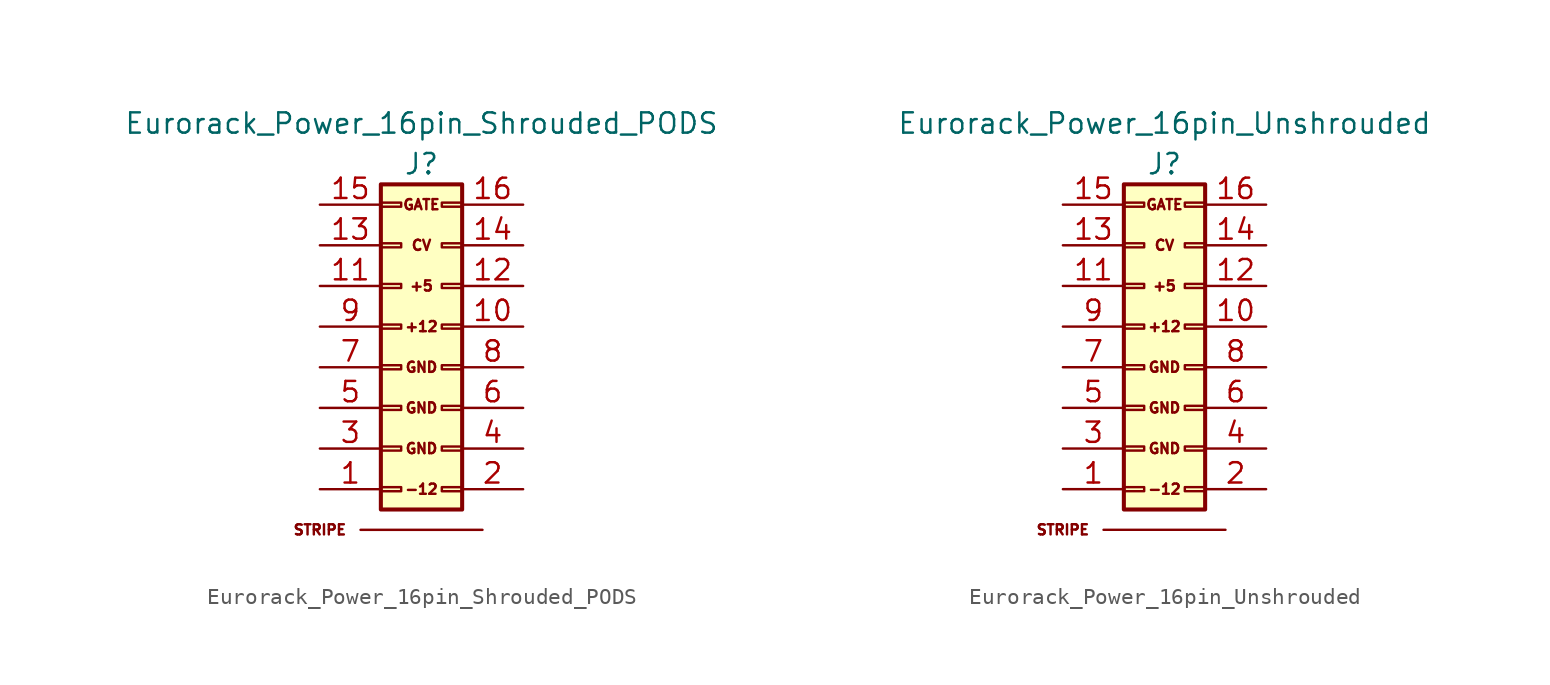
<source format=kicad_sym>
(kicad_symbol_lib
  (version 20241209)
  (generator "kicad_symbol_editor")
  (generator_version "9.0")
  (symbol "Eurorack_Power_16pin_Shrouded_PODS"
    (pin_names
      (offset 0.025)
      (hide yes))
    (property "Reference" "J"
      (at 0 11.43 0)
      (effects (font (size 1.27 1.27))))
    (property "Value" "Eurorack_Power_16pin_Shrouded_PODS"
      (at 0 13.97 0)
      (effects (font (size 1.27 1.27))))
    (symbol "Eurorack_Power_16pin_Shrouded_PODS_0_0"
      (text "STRIPE" (at -6.35 -11.43 0) (effects (font (size 0.635 0.635))))
      (text "GATE" (at 0 8.89 0) (effects (font (size 0.635 0.635))))
      (text "CV" (at 0 6.35 0) (effects (font (size 0.635 0.635))))
      (text "+5" (at 0 3.81 0) (effects (font (size 0.635 0.635))))
      (text "+12" (at 0 1.27 0) (effects (font (size 0.635 0.635))))
      (text "GND" (at 0 -1.27 0) (effects (font (size 0.635 0.635))))
      (text "GND" (at 0 -3.81 0) (effects (font (size 0.635 0.635))))
      (text "GND" (at 0 -6.35 0) (effects (font (size 0.635 0.635))))
      (text "-12" (at 0 -8.89 0) (effects (font (size 0.635 0.635)))))
    (symbol "Eurorack_Power_16pin_Shrouded_PODS_0_1"
      (polyline (pts (xy -3.81 -11.43) (xy 3.81 -11.43) (xy 1.27 -11.43)) (stroke (width 0) (type default)) (fill (type none)))
      (rectangle (start -2.54 10.16) (end 2.54 -10.16) (stroke (width 0.254) (type default)) (fill (type background)))
      (rectangle (start -2.54 9.017) (end -1.27 8.763) (stroke (width 0) (type default)) (fill (type none)))
      (rectangle (start -2.54 6.477) (end -1.27 6.223) (stroke (width 0) (type default)) (fill (type none)))
      (rectangle (start -2.54 3.937) (end -1.27 3.683) (stroke (width 0) (type default)) (fill (type none)))
      (rectangle (start -2.54 1.397) (end -1.27 1.143) (stroke (width 0) (type default)) (fill (type none)))
      (rectangle (start -2.54 -1.143) (end -1.27 -1.397) (stroke (width 0) (type default)) (fill (type none)))
      (rectangle (start -2.54 -3.683) (end -1.27 -3.937) (stroke (width 0) (type default)) (fill (type none)))
      (rectangle (start -2.54 -6.223) (end -1.27 -6.477) (stroke (width 0) (type default)) (fill (type none)))
      (rectangle (start -2.54 -8.763) (end -1.27 -9.017) (stroke (width 0) (type default)) (fill (type none)))
      (rectangle (start 1.27 9.017) (end 2.54 8.763) (stroke (width 0) (type default)) (fill (type none)))
      (rectangle (start 1.27 6.477) (end 2.54 6.223) (stroke (width 0) (type default)) (fill (type none)))
      (rectangle (start 1.27 3.937) (end 2.54 3.683) (stroke (width 0) (type default)) (fill (type none)))
      (rectangle (start 1.27 1.397) (end 2.54 1.143) (stroke (width 0) (type default)) (fill (type none)))
      (rectangle (start 1.27 -1.143) (end 2.54 -1.397) (stroke (width 0) (type default)) (fill (type none)))
      (rectangle (start 1.27 -3.683) (end 2.54 -3.937) (stroke (width 0) (type default)) (fill (type none)))
      (rectangle (start 1.27 -6.223) (end 2.54 -6.477) (stroke (width 0) (type default)) (fill (type none)))
      (rectangle (start 1.27 -8.763) (end 2.54 -9.017) (stroke (width 0) (type default)) (fill (type none))))
    (symbol "Eurorack_Power_16pin_Shrouded_PODS_1_1"
      (pin passive line (at -6.35 8.89 0) (length 3.81) (name "GATE" (effects (font (size 1.27 1.27)))) (number "15" (effects (font (size 1.27 1.27)))))
      (pin passive line (at -6.35 6.35 0) (length 3.81) (name "CV" (effects (font (size 1.27 1.27)))) (number "13" (effects (font (size 1.27 1.27)))))
      (pin passive line (at -6.35 3.81 0) (length 3.81) (name "5V" (effects (font (size 1.27 1.27)))) (number "11" (effects (font (size 1.27 1.27)))))
      (pin passive line (at -6.35 1.27 0) (length 3.81) (name "+12V" (effects (font (size 1.27 1.27)))) (number "9" (effects (font (size 1.27 1.27)))))
      (pin passive line (at -6.35 -1.27 0) (length 3.81) (name "GND" (effects (font (size 1.27 1.27)))) (number "7" (effects (font (size 1.27 1.27)))))
      (pin passive line (at -6.35 -3.81 0) (length 3.81) (name "GND" (effects (font (size 1.27 1.27)))) (number "5" (effects (font (size 1.27 1.27)))))
      (pin passive line (at -6.35 -6.35 0) (length 3.81) (name "GND" (effects (font (size 1.27 1.27)))) (number "3" (effects (font (size 1.27 1.27)))))
      (pin passive line (at -6.35 -8.89 0) (length 3.81) (name "-12V" (effects (font (size 1.27 1.27)))) (number "1" (effects (font (size 1.27 1.27)))))
      (pin passive line (at 6.35 8.89 180) (length 3.81) (name "GATE" (effects (font (size 1.27 1.27)))) (number "16" (effects (font (size 1.27 1.27)))))
      (pin passive line (at 6.35 6.35 180) (length 3.81) (name "CV" (effects (font (size 1.27 1.27)))) (number "14" (effects (font (size 1.27 1.27)))))
      (pin passive line (at 6.35 3.81 180) (length 3.81) (name "5V" (effects (font (size 1.27 1.27)))) (number "12" (effects (font (size 1.27 1.27)))))
      (pin passive line (at 6.35 1.27 180) (length 3.81) (name "+12V" (effects (font (size 1.27 1.27)))) (number "10" (effects (font (size 1.27 1.27)))))
      (pin passive line (at 6.35 -1.27 180) (length 3.81) (name "GND" (effects (font (size 1.27 1.27)))) (number "8" (effects (font (size 1.27 1.27)))))
      (pin passive line (at 6.35 -3.81 180) (length 3.81) (name "GND" (effects (font (size 1.27 1.27)))) (number "6" (effects (font (size 1.27 1.27)))))
      (pin passive line (at 6.35 -6.35 180) (length 3.81) (name "GND" (effects (font (size 1.27 1.27)))) (number "4" (effects (font (size 1.27 1.27)))))
      (pin passive line (at 6.35 -8.89 180) (length 3.81) (name "-12V" (effects (font (size 1.27 1.27)))) (number "2" (effects (font (size 1.27 1.27)))))))
  (symbol "Eurorack_Power_16pin_Unshrouded"
    (pin_names
      (offset 0.025)
      (hide yes))
    (property "Reference" "J"
      (at 0 11.43 0)
      (effects (font (size 1.27 1.27))))
    (property "Value" "Eurorack_Power_16pin_Unshrouded"
      (at 0 13.97 0)
      (effects (font (size 1.27 1.27))))
    (symbol "Eurorack_Power_16pin_Unshrouded_0_0"
      (text "STRIPE" (at -6.35 -11.43 0) (effects (font (size 0.635 0.635))))
      (text "GATE" (at 0 8.89 0) (effects (font (size 0.635 0.635))))
      (text "CV" (at 0 6.35 0) (effects (font (size 0.635 0.635))))
      (text "+5" (at 0 3.81 0) (effects (font (size 0.635 0.635))))
      (text "+12" (at 0 1.27 0) (effects (font (size 0.635 0.635))))
      (text "GND" (at 0 -1.27 0) (effects (font (size 0.635 0.635))))
      (text "GND" (at 0 -3.81 0) (effects (font (size 0.635 0.635))))
      (text "GND" (at 0 -6.35 0) (effects (font (size 0.635 0.635))))
      (text "-12" (at 0 -8.89 0) (effects (font (size 0.635 0.635)))))
    (symbol "Eurorack_Power_16pin_Unshrouded_0_1"
      (polyline (pts (xy -3.81 -11.43) (xy 3.81 -11.43) (xy 1.27 -11.43)) (stroke (width 0) (type default)) (fill (type none)))
      (rectangle (start -2.54 10.16) (end 2.54 -10.16) (stroke (width 0.254) (type default)) (fill (type background)))
      (rectangle (start -2.54 9.017) (end -1.27 8.763) (stroke (width 0) (type default)) (fill (type none)))
      (rectangle (start -2.54 6.477) (end -1.27 6.223) (stroke (width 0) (type default)) (fill (type none)))
      (rectangle (start -2.54 3.937) (end -1.27 3.683) (stroke (width 0) (type default)) (fill (type none)))
      (rectangle (start -2.54 1.397) (end -1.27 1.143) (stroke (width 0) (type default)) (fill (type none)))
      (rectangle (start -2.54 -1.143) (end -1.27 -1.397) (stroke (width 0) (type default)) (fill (type none)))
      (rectangle (start -2.54 -3.683) (end -1.27 -3.937) (stroke (width 0) (type default)) (fill (type none)))
      (rectangle (start -2.54 -6.223) (end -1.27 -6.477) (stroke (width 0) (type default)) (fill (type none)))
      (rectangle (start -2.54 -8.763) (end -1.27 -9.017) (stroke (width 0) (type default)) (fill (type none)))
      (rectangle (start 1.27 9.017) (end 2.54 8.763) (stroke (width 0) (type default)) (fill (type none)))
      (rectangle (start 1.27 6.477) (end 2.54 6.223) (stroke (width 0) (type default)) (fill (type none)))
      (rectangle (start 1.27 3.937) (end 2.54 3.683) (stroke (width 0) (type default)) (fill (type none)))
      (rectangle (start 1.27 1.397) (end 2.54 1.143) (stroke (width 0) (type default)) (fill (type none)))
      (rectangle (start 1.27 -1.143) (end 2.54 -1.397) (stroke (width 0) (type default)) (fill (type none)))
      (rectangle (start 1.27 -3.683) (end 2.54 -3.937) (stroke (width 0) (type default)) (fill (type none)))
      (rectangle (start 1.27 -6.223) (end 2.54 -6.477) (stroke (width 0) (type default)) (fill (type none)))
      (rectangle (start 1.27 -8.763) (end 2.54 -9.017) (stroke (width 0) (type default)) (fill (type none))))
    (symbol "Eurorack_Power_16pin_Unshrouded_1_1"
      (pin passive line (at -6.35 8.89 0) (length 3.81) (name "GATE" (effects (font (size 1.27 1.27)))) (number "15" (effects (font (size 1.27 1.27)))))
      (pin passive line (at -6.35 6.35 0) (length 3.81) (name "CV" (effects (font (size 1.27 1.27)))) (number "13" (effects (font (size 1.27 1.27)))))
      (pin passive line (at -6.35 3.81 0) (length 3.81) (name "5V" (effects (font (size 1.27 1.27)))) (number "11" (effects (font (size 1.27 1.27)))))
      (pin passive line (at -6.35 1.27 0) (length 3.81) (name "+12V" (effects (font (size 1.27 1.27)))) (number "9" (effects (font (size 1.27 1.27)))))
      (pin passive line (at -6.35 -1.27 0) (length 3.81) (name "GND" (effects (font (size 1.27 1.27)))) (number "7" (effects (font (size 1.27 1.27)))))
      (pin passive line (at -6.35 -3.81 0) (length 3.81) (name "GND" (effects (font (size 1.27 1.27)))) (number "5" (effects (font (size 1.27 1.27)))))
      (pin passive line (at -6.35 -6.35 0) (length 3.81) (name "GND" (effects (font (size 1.27 1.27)))) (number "3" (effects (font (size 1.27 1.27)))))
      (pin passive line (at -6.35 -8.89 0) (length 3.81) (name "-12V" (effects (font (size 1.27 1.27)))) (number "1" (effects (font (size 1.27 1.27)))))
      (pin passive line (at 6.35 8.89 180) (length 3.81) (name "GATE" (effects (font (size 1.27 1.27)))) (number "16" (effects (font (size 1.27 1.27)))))
      (pin passive line (at 6.35 6.35 180) (length 3.81) (name "CV" (effects (font (size 1.27 1.27)))) (number "14" (effects (font (size 1.27 1.27)))))
      (pin passive line (at 6.35 3.81 180) (length 3.81) (name "5V" (effects (font (size 1.27 1.27)))) (number "12" (effects (font (size 1.27 1.27)))))
      (pin passive line (at 6.35 1.27 180) (length 3.81) (name "+12V" (effects (font (size 1.27 1.27)))) (number "10" (effects (font (size 1.27 1.27)))))
      (pin passive line (at 6.35 -1.27 180) (length 3.81) (name "GND" (effects (font (size 1.27 1.27)))) (number "8" (effects (font (size 1.27 1.27)))))
      (pin passive line (at 6.35 -3.81 180) (length 3.81) (name "GND" (effects (font (size 1.27 1.27)))) (number "6" (effects (font (size 1.27 1.27)))))
      (pin passive line (at 6.35 -6.35 180) (length 3.81) (name "GND" (effects (font (size 1.27 1.27)))) (number "4" (effects (font (size 1.27 1.27)))))
      (pin passive line (at 6.35 -8.89 180) (length 3.81) (name "-12V" (effects (font (size 1.27 1.27)))) (number "2" (effects (font (size 1.27 1.27))))))))
</source>
